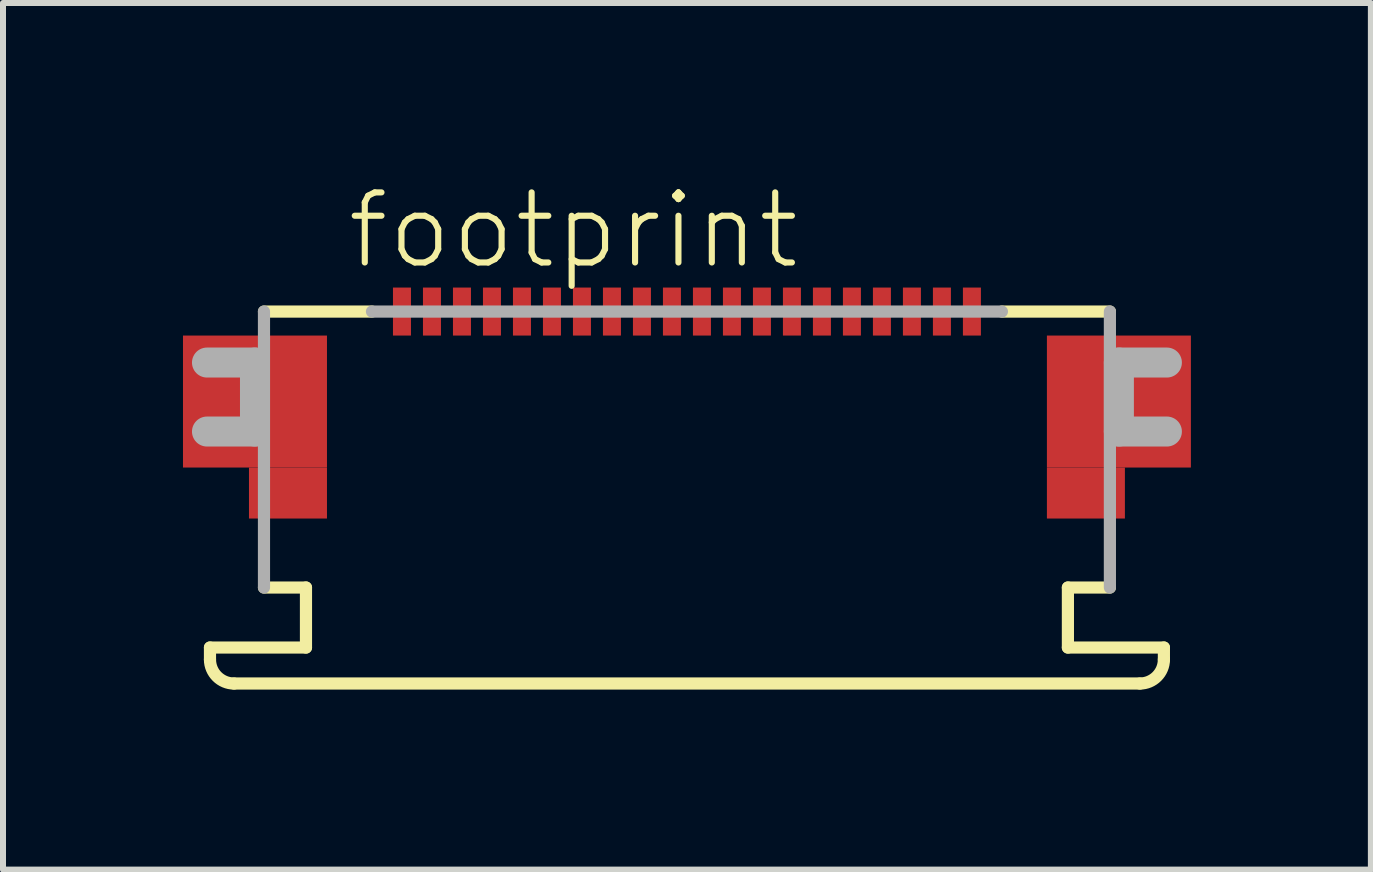
<source format=kicad_pcb>
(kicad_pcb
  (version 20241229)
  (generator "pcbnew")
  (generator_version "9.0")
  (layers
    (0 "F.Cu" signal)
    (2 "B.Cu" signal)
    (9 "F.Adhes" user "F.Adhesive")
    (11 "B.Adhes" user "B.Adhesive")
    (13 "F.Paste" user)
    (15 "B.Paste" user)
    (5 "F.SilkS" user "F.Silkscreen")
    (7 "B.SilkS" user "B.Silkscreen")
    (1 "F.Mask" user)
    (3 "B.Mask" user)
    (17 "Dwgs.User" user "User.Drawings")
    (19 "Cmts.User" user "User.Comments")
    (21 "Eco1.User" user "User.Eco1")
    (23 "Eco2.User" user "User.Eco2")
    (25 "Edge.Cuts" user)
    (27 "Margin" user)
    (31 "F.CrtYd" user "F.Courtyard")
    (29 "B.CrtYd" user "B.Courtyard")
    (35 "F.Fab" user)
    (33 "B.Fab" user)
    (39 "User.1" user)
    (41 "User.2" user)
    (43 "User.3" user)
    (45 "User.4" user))
  (footprint "footprint"
    (layer "F.Cu")
    (at 8.4 2.743)
    (property "Reference" "footprint" (at -5.715 -1.27 0) (layer "F.SilkS") (effects (font (size 1.168 1.168) (thickness 0.102)) (justify left bottom)))
    (fp_poly (pts (xy -8.4 2) (xy -6 2) (xy -6 -0.2) (xy -8.4 -0.2)) (stroke (width 0) (type solid)) (fill yes) (layer "F.Cu"))
    (fp_poly (pts (xy -7.3 2.85) (xy -6 2.85) (xy -6 2) (xy -7.3 2)) (stroke (width 0) (type solid)) (fill yes) (layer "F.Cu"))
    (fp_poly (pts (xy 6 2) (xy 8.4 2) (xy 8.4 -0.2) (xy 6 -0.2)) (stroke (width 0) (type solid)) (fill yes) (layer "F.Cu"))
    (fp_poly (pts (xy 6 2.85) (xy 7.3 2.85) (xy 7.3 2) (xy 6 2)) (stroke (width 0) (type solid)) (fill yes) (layer "F.Cu"))
    (fp_poly (pts (xy -8.4 2) (xy -6 2) (xy -6 -0.2) (xy -8.4 -0.2)) (stroke (width 0) (type solid)) (fill yes) (layer "F.Mask"))
    (fp_poly (pts (xy -7.3 2.85) (xy -6 2.85) (xy -6 2) (xy -7.3 2)) (stroke (width 0) (type solid)) (fill yes) (layer "F.Mask"))
    (fp_poly (pts (xy -4.925 -0.175) (xy -4.575 -0.175) (xy -4.575 -1.025) (xy -4.925 -1.025)) (stroke (width 0) (type solid)) (fill yes) (layer "F.Mask"))
    (fp_poly (pts (xy -4.425 -0.175) (xy -4.075 -0.175) (xy -4.075 -1.025) (xy -4.425 -1.025)) (stroke (width 0) (type solid)) (fill yes) (layer "F.Mask"))
    (fp_poly (pts (xy -3.925 -0.175) (xy -3.575 -0.175) (xy -3.575 -1.025) (xy -3.925 -1.025)) (stroke (width 0) (type solid)) (fill yes) (layer "F.Mask"))
    (fp_poly (pts (xy -3.425 -0.175) (xy -3.075 -0.175) (xy -3.075 -1.025) (xy -3.425 -1.025)) (stroke (width 0) (type solid)) (fill yes) (layer "F.Mask"))
    (fp_poly (pts (xy -2.925 -0.175) (xy -2.575 -0.175) (xy -2.575 -1.025) (xy -2.925 -1.025)) (stroke (width 0) (type solid)) (fill yes) (layer "F.Mask"))
    (fp_poly (pts (xy -2.425 -0.175) (xy -2.075 -0.175) (xy -2.075 -1.025) (xy -2.425 -1.025)) (stroke (width 0) (type solid)) (fill yes) (layer "F.Mask"))
    (fp_poly (pts (xy -1.925 -0.175) (xy -1.575 -0.175) (xy -1.575 -1.025) (xy -1.925 -1.025)) (stroke (width 0) (type solid)) (fill yes) (layer "F.Mask"))
    (fp_poly (pts (xy -1.425 -0.175) (xy -1.075 -0.175) (xy -1.075 -1.025) (xy -1.425 -1.025)) (stroke (width 0) (type solid)) (fill yes) (layer "F.Mask"))
    (fp_poly (pts (xy -0.925 -0.175) (xy -0.575 -0.175) (xy -0.575 -1.025) (xy -0.925 -1.025)) (stroke (width 0) (type solid)) (fill yes) (layer "F.Mask"))
    (fp_poly (pts (xy -0.425 -0.175) (xy -0.075 -0.175) (xy -0.075 -1.025) (xy -0.425 -1.025)) (stroke (width 0) (type solid)) (fill yes) (layer "F.Mask"))
    (fp_poly (pts (xy 0.075 -0.175) (xy 0.425 -0.175) (xy 0.425 -1.025) (xy 0.075 -1.025)) (stroke (width 0) (type solid)) (fill yes) (layer "F.Mask"))
    (fp_poly (pts (xy 0.575 -0.175) (xy 0.925 -0.175) (xy 0.925 -1.025) (xy 0.575 -1.025)) (stroke (width 0) (type solid)) (fill yes) (layer "F.Mask"))
    (fp_poly (pts (xy 1.075 -0.175) (xy 1.425 -0.175) (xy 1.425 -1.025) (xy 1.075 -1.025)) (stroke (width 0) (type solid)) (fill yes) (layer "F.Mask"))
    (fp_poly (pts (xy 1.575 -0.175) (xy 1.925 -0.175) (xy 1.925 -1.025) (xy 1.575 -1.025)) (stroke (width 0) (type solid)) (fill yes) (layer "F.Mask"))
    (fp_poly (pts (xy 2.075 -0.175) (xy 2.425 -0.175) (xy 2.425 -1.025) (xy 2.075 -1.025)) (stroke (width 0) (type solid)) (fill yes) (layer "F.Mask"))
    (fp_poly (pts (xy 2.575 -0.175) (xy 2.925 -0.175) (xy 2.925 -1.025) (xy 2.575 -1.025)) (stroke (width 0) (type solid)) (fill yes) (layer "F.Mask"))
    (fp_poly (pts (xy 3.075 -0.175) (xy 3.425 -0.175) (xy 3.425 -1.025) (xy 3.075 -1.025)) (stroke (width 0) (type solid)) (fill yes) (layer "F.Mask"))
    (fp_poly (pts (xy 3.575 -0.175) (xy 3.925 -0.175) (xy 3.925 -1.025) (xy 3.575 -1.025)) (stroke (width 0) (type solid)) (fill yes) (layer "F.Mask"))
    (fp_poly (pts (xy 4.075 -0.175) (xy 4.425 -0.175) (xy 4.425 -1.025) (xy 4.075 -1.025)) (stroke (width 0) (type solid)) (fill yes) (layer "F.Mask"))
    (fp_poly (pts (xy 4.575 -0.175) (xy 4.925 -0.175) (xy 4.925 -1.025) (xy 4.575 -1.025)) (stroke (width 0) (type solid)) (fill yes) (layer "F.Mask"))
    (fp_poly (pts (xy 6 2) (xy 8.4 2) (xy 8.4 -0.2) (xy 6 -0.2)) (stroke (width 0) (type solid)) (fill yes) (layer "F.Mask"))
    (fp_poly (pts (xy 6 2.85) (xy 7.3 2.85) (xy 7.3 2) (xy 6 2)) (stroke (width 0) (type solid)) (fill yes) (layer "F.Mask"))
    (fp_line (start -7.95 5) (end -6.35 5) (stroke (width 0.203) (type solid)) (layer "F.SilkS"))
    (fp_line (start -7.95 5.2) (end -7.95 5) (stroke (width 0.203) (type solid)) (layer "F.SilkS"))
    (fp_line (start -7.05 -0.6) (end -5.25 -0.6) (stroke (width 0.203) (type solid)) (layer "F.SilkS"))
    (fp_line (start -6.35 4) (end -7.05 4) (stroke (width 0.203) (type solid)) (layer "F.SilkS"))
    (fp_line (start -6.35 5) (end -6.35 4) (stroke (width 0.203) (type solid)) (layer "F.SilkS"))
    (fp_line (start 5.25 -0.6) (end 7.05 -0.6) (stroke (width 0.203) (type solid)) (layer "F.SilkS"))
    (fp_line (start 6.35 4) (end 6.35 5) (stroke (width 0.203) (type solid)) (layer "F.SilkS"))
    (fp_line (start 6.35 5) (end 7.95 5) (stroke (width 0.203) (type solid)) (layer "F.SilkS"))
    (fp_line (start 7.05 4) (end 6.35 4) (stroke (width 0.203) (type solid)) (layer "F.SilkS"))
    (fp_line (start 7.55 5.6) (end -7.55 5.6) (stroke (width 0.203) (type solid)) (layer "F.SilkS"))
    (fp_line (start 7.95 5) (end 7.95 5.2) (stroke (width 0.203) (type solid)) (layer "F.SilkS"))
    (fp_arc (start -7.55 5.6) (mid -7.832843 5.482843) (end -7.95 5.2) (stroke (width 0.2032) (type solid)) (layer "F.SilkS"))
    (fp_arc (start 7.95 5.2) (mid 7.832843 5.482843) (end 7.55 5.6) (stroke (width 0.2032) (type solid)) (layer "F.SilkS"))
    (fp_poly (pts (xy -8.275 1.9) (xy -6.1 1.9) (xy -6.1 -0.075) (xy -8.275 -0.075)) (stroke (width 0) (type solid)) (fill yes) (layer "F.Paste"))
    (fp_poly (pts (xy -7.2 2.75) (xy -6.1 2.75) (xy -6.1 1.9) (xy -7.2 1.9)) (stroke (width 0) (type solid)) (fill yes) (layer "F.Paste"))
    (fp_poly (pts (xy 6.1 1.9) (xy 8.275 1.9) (xy 8.275 -0.075) (xy 6.1 -0.075)) (stroke (width 0) (type solid)) (fill yes) (layer "F.Paste"))
    (fp_poly (pts (xy 6.1 2.75) (xy 7.2 2.75) (xy 7.2 1.9) (xy 6.1 1.9)) (stroke (width 0) (type solid)) (fill yes) (layer "F.Paste"))
    (fp_line (start -8 0.25) (end -7.2 0.25) (stroke (width 0.5) (type solid)) (layer "F.Fab"))
    (fp_line (start -7.2 0.25) (end -7.2 1.4) (stroke (width 0.5) (type solid)) (layer "F.Fab"))
    (fp_line (start -7.2 1.4) (end -8 1.4) (stroke (width 0.5) (type solid)) (layer "F.Fab"))
    (fp_line (start -7.05 4) (end -7.05 -0.6) (stroke (width 0.203) (type solid)) (layer "F.Fab"))
    (fp_line (start -5.25 -0.6) (end 5.25 -0.6) (stroke (width 0.203) (type solid)) (layer "F.Fab"))
    (fp_line (start 7.05 -0.6) (end 7.05 4) (stroke (width 0.203) (type solid)) (layer "F.Fab"))
    (fp_line (start 7.2 0.25) (end 8 0.25) (stroke (width 0.5) (type solid)) (layer "F.Fab"))
    (fp_line (start 7.2 1.4) (end 7.2 0.25) (stroke (width 0.5) (type solid)) (layer "F.Fab"))
    (fp_line (start 8 1.4) (end 7.2 1.4) (stroke (width 0.5) (type solid)) (layer "F.Fab"))
    (pad "1" smd rect (at -4.75 -0.6) (size 0.3 0.8) (layers "F.Cu" "F.Paste"))
    (pad "2" smd rect (at -4.25 -0.6) (size 0.3 0.8) (layers "F.Cu" "F.Paste"))
    (pad "3" smd rect (at -3.75 -0.6) (size 0.3 0.8) (layers "F.Cu" "F.Paste"))
    (pad "4" smd rect (at -3.25 -0.6) (size 0.3 0.8) (layers "F.Cu" "F.Paste"))
    (pad "5" smd rect (at -2.75 -0.6) (size 0.3 0.8) (layers "F.Cu" "F.Paste"))
    (pad "6" smd rect (at -2.25 -0.6) (size 0.3 0.8) (layers "F.Cu" "F.Paste"))
    (pad "7" smd rect (at -1.75 -0.6) (size 0.3 0.8) (layers "F.Cu" "F.Paste"))
    (pad "8" smd rect (at -1.25 -0.6) (size 0.3 0.8) (layers "F.Cu" "F.Paste"))
    (pad "9" smd rect (at -0.75 -0.6) (size 0.3 0.8) (layers "F.Cu" "F.Paste"))
    (pad "10" smd rect (at -0.25 -0.6) (size 0.3 0.8) (layers "F.Cu" "F.Paste"))
    (pad "11" smd rect (at 0.25 -0.6) (size 0.3 0.8) (layers "F.Cu" "F.Paste"))
    (pad "12" smd rect (at 0.75 -0.6) (size 0.3 0.8) (layers "F.Cu" "F.Paste"))
    (pad "13" smd rect (at 1.25 -0.6) (size 0.3 0.8) (layers "F.Cu" "F.Paste"))
    (pad "14" smd rect (at 1.75 -0.6) (size 0.3 0.8) (layers "F.Cu" "F.Paste"))
    (pad "15" smd rect (at 2.25 -0.6) (size 0.3 0.8) (layers "F.Cu" "F.Paste"))
    (pad "16" smd rect (at 2.75 -0.6) (size 0.3 0.8) (layers "F.Cu" "F.Paste"))
    (pad "17" smd rect (at 3.25 -0.6) (size 0.3 0.8) (layers "F.Cu" "F.Paste"))
    (pad "18" smd rect (at 3.75 -0.6) (size 0.3 0.8) (layers "F.Cu" "F.Paste"))
    (pad "19" smd rect (at 4.25 -0.6) (size 0.3 0.8) (layers "F.Cu" "F.Paste"))
    (pad "20" smd rect (at 4.75 -0.6) (size 0.3 0.8) (layers "F.Cu" "F.Paste")))
  (gr_rect
    (start -3 -3)
    (end 19.8 11.445)
    (stroke (width 0.1) (type default))
    (fill no)
    (layer "Edge.Cuts")))
</source>
